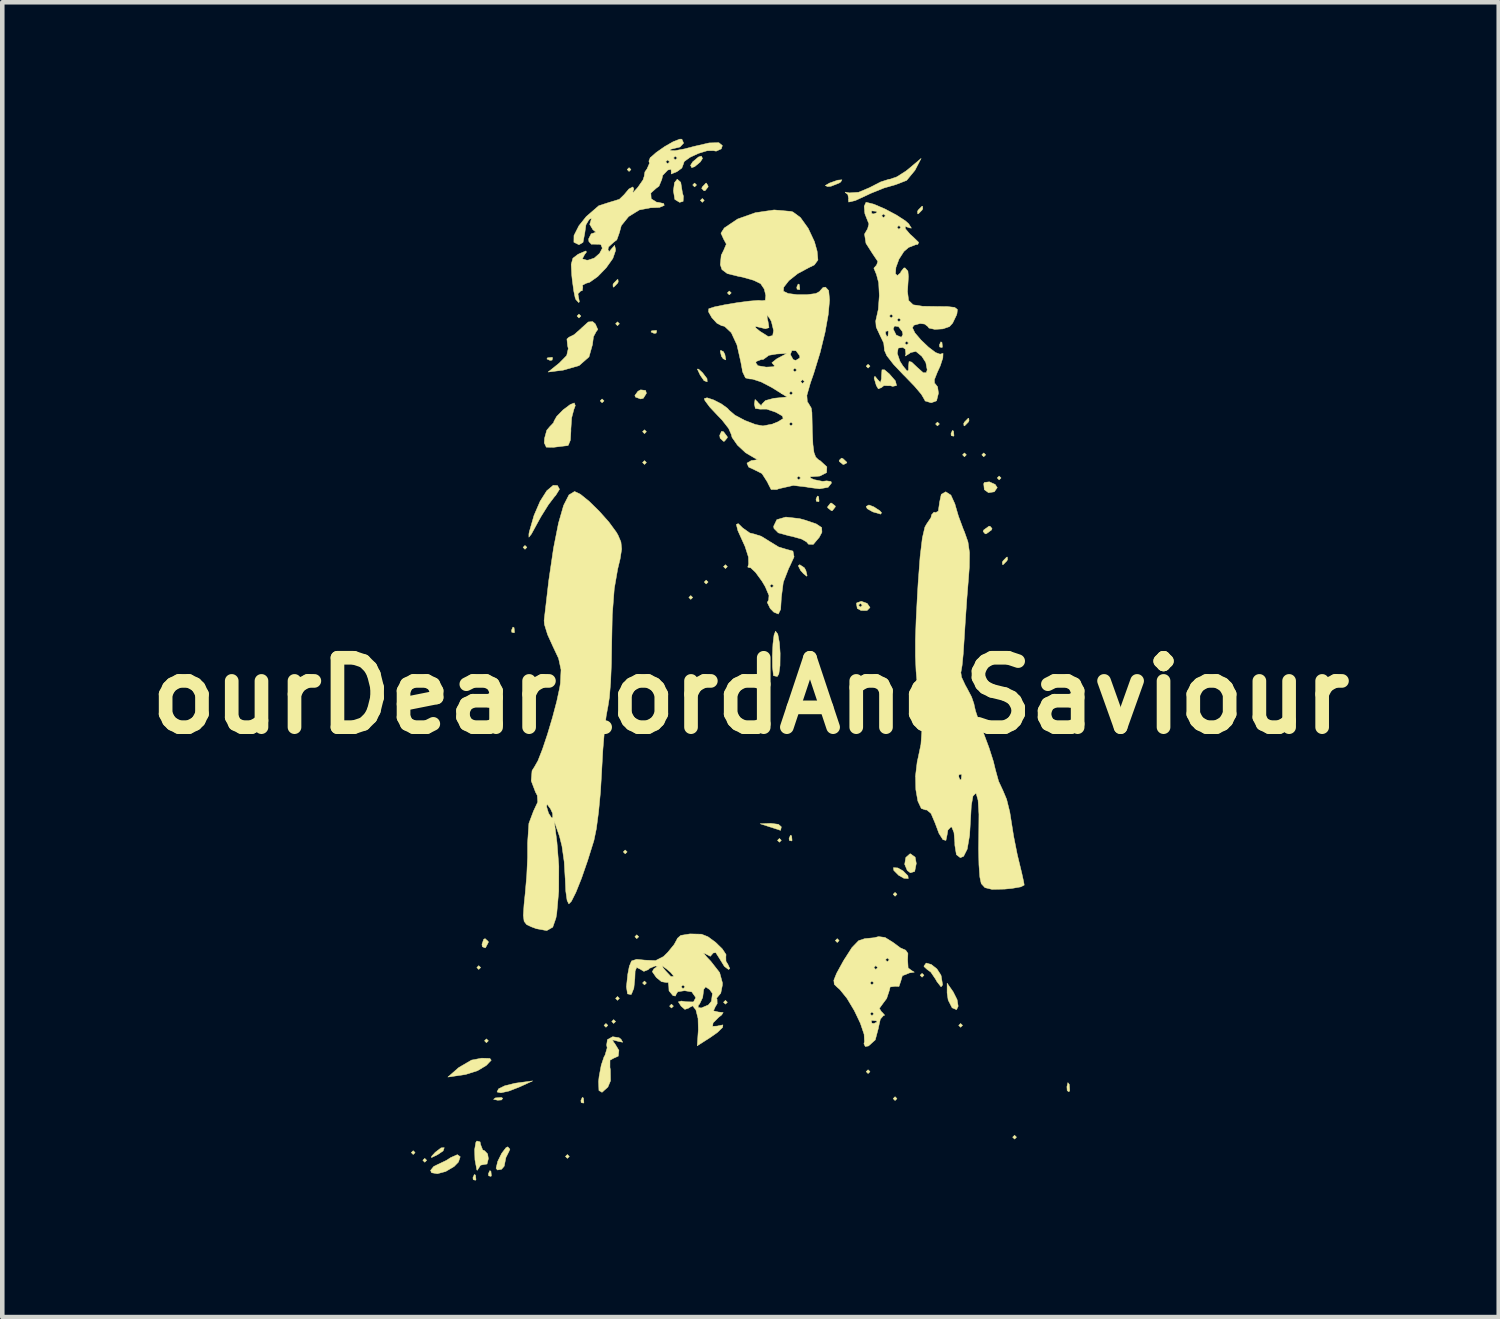
<source format=kicad_pcb>
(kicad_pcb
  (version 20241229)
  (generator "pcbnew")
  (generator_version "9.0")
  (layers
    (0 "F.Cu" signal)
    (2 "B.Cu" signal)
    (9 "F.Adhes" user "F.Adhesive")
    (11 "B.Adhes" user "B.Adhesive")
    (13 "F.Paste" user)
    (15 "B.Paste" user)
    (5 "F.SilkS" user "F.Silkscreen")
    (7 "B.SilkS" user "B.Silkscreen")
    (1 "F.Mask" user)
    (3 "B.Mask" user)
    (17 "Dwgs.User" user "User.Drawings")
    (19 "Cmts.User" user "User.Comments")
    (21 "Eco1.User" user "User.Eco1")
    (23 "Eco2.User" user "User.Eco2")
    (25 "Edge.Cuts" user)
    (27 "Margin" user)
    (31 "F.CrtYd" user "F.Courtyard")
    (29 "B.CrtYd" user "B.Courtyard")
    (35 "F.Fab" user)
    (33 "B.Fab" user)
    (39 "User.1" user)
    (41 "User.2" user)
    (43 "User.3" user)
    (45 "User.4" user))
  (footprint "ourDearLordAndSaviour"
    (layer "F.Cu")
    (at 13.433 12.231)
    (property "Reference" "ourDearLordAndSaviour" (at 0 0 0) (layer "F.SilkS") (effects (font (size 1.524 1.524) (thickness 0.3))))
    (attr through_hole)
    (fp_poly (pts (xy -7.366 10.033) (xy -7.408 10.075) (xy -7.451 10.033) (xy -7.408 9.991) (xy -7.366 10.033)) (stroke (width 0.01) (type solid)) (fill yes) (layer "F.SilkS"))
    (fp_poly (pts (xy -7.112 10.202) (xy -7.154 10.245) (xy -7.197 10.202) (xy -7.154 10.16) (xy -7.112 10.202)) (stroke (width 0.01) (type solid)) (fill yes) (layer "F.SilkS"))
    (fp_poly (pts (xy -5.927 5.969) (xy -5.969 6.011) (xy -6.011 5.969) (xy -5.969 5.927) (xy -5.927 5.969)) (stroke (width 0.01) (type solid)) (fill yes) (layer "F.SilkS"))
    (fp_poly (pts (xy -5.757 7.578) (xy -5.8 7.62) (xy -5.842 7.578) (xy -5.8 7.535) (xy -5.757 7.578)) (stroke (width 0.01) (type solid)) (fill yes) (layer "F.SilkS"))
    (fp_poly (pts (xy -4.911 -3.26) (xy -4.953 -3.217) (xy -4.995 -3.26) (xy -4.953 -3.302) (xy -4.911 -3.26)) (stroke (width 0.01) (type solid)) (fill yes) (layer "F.SilkS"))
    (fp_poly (pts (xy -3.979 10.118) (xy -4.022 10.16) (xy -4.064 10.118) (xy -4.022 10.075) (xy -3.979 10.118)) (stroke (width 0.01) (type solid)) (fill yes) (layer "F.SilkS"))
    (fp_poly (pts (xy -3.725 -8.34) (xy -3.768 -8.297) (xy -3.81 -8.34) (xy -3.768 -8.382) (xy -3.725 -8.34)) (stroke (width 0.01) (type solid)) (fill yes) (layer "F.SilkS"))
    (fp_poly (pts (xy -3.217 -6.477) (xy -3.26 -6.435) (xy -3.302 -6.477) (xy -3.26 -6.519) (xy -3.217 -6.477)) (stroke (width 0.01) (type solid)) (fill yes) (layer "F.SilkS"))
    (fp_poly (pts (xy -3.133 7.239) (xy -3.175 7.281) (xy -3.217 7.239) (xy -3.175 7.197) (xy -3.133 7.239)) (stroke (width 0.01) (type solid)) (fill yes) (layer "F.SilkS"))
    (fp_poly (pts (xy -2.963 7.154) (xy -3.006 7.197) (xy -3.048 7.154) (xy -3.006 7.112) (xy -2.963 7.154)) (stroke (width 0.01) (type solid)) (fill yes) (layer "F.SilkS"))
    (fp_poly (pts (xy -2.879 -8.17) (xy -2.921 -8.128) (xy -2.963 -8.17) (xy -2.921 -8.213) (xy -2.879 -8.17)) (stroke (width 0.01) (type solid)) (fill yes) (layer "F.SilkS"))
    (fp_poly (pts (xy -2.879 6.646) (xy -2.921 6.689) (xy -2.963 6.646) (xy -2.921 6.604) (xy -2.879 6.646)) (stroke (width 0.01) (type solid)) (fill yes) (layer "F.SilkS"))
    (fp_poly (pts (xy -2.709 3.429) (xy -2.752 3.471) (xy -2.794 3.429) (xy -2.752 3.387) (xy -2.709 3.429)) (stroke (width 0.01) (type solid)) (fill yes) (layer "F.SilkS"))
    (fp_poly (pts (xy -2.625 -11.557) (xy -2.667 -11.515) (xy -2.709 -11.557) (xy -2.667 -11.599) (xy -2.625 -11.557)) (stroke (width 0.01) (type solid)) (fill yes) (layer "F.SilkS"))
    (fp_poly (pts (xy -2.455 5.292) (xy -2.498 5.334) (xy -2.54 5.292) (xy -2.498 5.249) (xy -2.455 5.292)) (stroke (width 0.01) (type solid)) (fill yes) (layer "F.SilkS"))
    (fp_poly (pts (xy -2.286 -5.8) (xy -2.328 -5.757) (xy -2.371 -5.8) (xy -2.328 -5.842) (xy -2.286 -5.8)) (stroke (width 0.01) (type solid)) (fill yes) (layer "F.SilkS"))
    (fp_poly (pts (xy -2.286 -5.122) (xy -2.328 -5.08) (xy -2.371 -5.122) (xy -2.328 -5.165) (xy -2.286 -5.122)) (stroke (width 0.01) (type solid)) (fill yes) (layer "F.SilkS"))
    (fp_poly (pts (xy -2.286 6.308) (xy -2.328 6.35) (xy -2.371 6.308) (xy -2.328 6.265) (xy -2.286 6.308)) (stroke (width 0.01) (type solid)) (fill yes) (layer "F.SilkS"))
    (fp_poly (pts (xy -1.693 6.816) (xy -1.736 6.858) (xy -1.778 6.816) (xy -1.736 6.773) (xy -1.693 6.816)) (stroke (width 0.01) (type solid)) (fill yes) (layer "F.SilkS"))
    (fp_poly (pts (xy -1.27 -2.159) (xy -1.312 -2.117) (xy -1.355 -2.159) (xy -1.312 -2.201) (xy -1.27 -2.159)) (stroke (width 0.01) (type solid)) (fill yes) (layer "F.SilkS"))
    (fp_poly (pts (xy -1.185 -11.218) (xy -1.228 -11.176) (xy -1.27 -11.218) (xy -1.228 -11.261) (xy -1.185 -11.218)) (stroke (width 0.01) (type solid)) (fill yes) (layer "F.SilkS"))
    (fp_poly (pts (xy -1.016 -10.88) (xy -1.058 -10.837) (xy -1.101 -10.88) (xy -1.058 -10.922) (xy -1.016 -10.88)) (stroke (width 0.01) (type solid)) (fill yes) (layer "F.SilkS"))
    (fp_poly (pts (xy -0.931 -2.498) (xy -0.974 -2.455) (xy -1.016 -2.498) (xy -0.974 -2.54) (xy -0.931 -2.498)) (stroke (width 0.01) (type solid)) (fill yes) (layer "F.SilkS"))
    (fp_poly (pts (xy -0.508 -2.836) (xy -0.55 -2.794) (xy -0.593 -2.836) (xy -0.55 -2.879) (xy -0.508 -2.836)) (stroke (width 0.01) (type solid)) (fill yes) (layer "F.SilkS"))
    (fp_poly (pts (xy -0.508 6.731) (xy -0.55 6.773) (xy -0.593 6.731) (xy -0.55 6.689) (xy -0.508 6.731)) (stroke (width 0.01) (type solid)) (fill yes) (layer "F.SilkS"))
    (fp_poly (pts (xy -0.423 -8.848) (xy -0.466 -8.805) (xy -0.508 -8.848) (xy -0.466 -8.89) (xy -0.423 -8.848)) (stroke (width 0.01) (type solid)) (fill yes) (layer "F.SilkS"))
    (fp_poly (pts (xy 0.423 -0.212) (xy 0.381 -0.169) (xy 0.339 -0.212) (xy 0.381 -0.254) (xy 0.423 -0.212)) (stroke (width 0.01) (type solid)) (fill yes) (layer "F.SilkS"))
    (fp_poly (pts (xy 0.677 3.175) (xy 0.635 3.217) (xy 0.593 3.175) (xy 0.635 3.133) (xy 0.677 3.175)) (stroke (width 0.01) (type solid)) (fill yes) (layer "F.SilkS"))
    (fp_poly (pts (xy 1.947 5.376) (xy 1.905 5.419) (xy 1.863 5.376) (xy 1.905 5.334) (xy 1.947 5.376)) (stroke (width 0.01) (type solid)) (fill yes) (layer "F.SilkS"))
    (fp_poly (pts (xy 2.625 -7.239) (xy 2.582 -7.197) (xy 2.54 -7.239) (xy 2.582 -7.281) (xy 2.625 -7.239)) (stroke (width 0.01) (type solid)) (fill yes) (layer "F.SilkS"))
    (fp_poly (pts (xy 2.625 8.255) (xy 2.582 8.297) (xy 2.54 8.255) (xy 2.582 8.213) (xy 2.625 8.255)) (stroke (width 0.01) (type solid)) (fill yes) (layer "F.SilkS"))
    (fp_poly (pts (xy 3.217 4.36) (xy 3.175 4.403) (xy 3.133 4.36) (xy 3.175 4.318) (xy 3.217 4.36)) (stroke (width 0.01) (type solid)) (fill yes) (layer "F.SilkS"))
    (fp_poly (pts (xy 3.217 8.848) (xy 3.175 8.89) (xy 3.133 8.848) (xy 3.175 8.805) (xy 3.217 8.848)) (stroke (width 0.01) (type solid)) (fill yes) (layer "F.SilkS"))
    (fp_poly (pts (xy 3.81 6.138) (xy 3.768 6.181) (xy 3.725 6.138) (xy 3.768 6.096) (xy 3.81 6.138)) (stroke (width 0.01) (type solid)) (fill yes) (layer "F.SilkS"))
    (fp_poly (pts (xy 4.149 -5.969) (xy 4.106 -5.927) (xy 4.064 -5.969) (xy 4.106 -6.011) (xy 4.149 -5.969)) (stroke (width 0.01) (type solid)) (fill yes) (layer "F.SilkS"))
    (fp_poly (pts (xy 4.657 7.239) (xy 4.614 7.281) (xy 4.572 7.239) (xy 4.614 7.197) (xy 4.657 7.239)) (stroke (width 0.01) (type solid)) (fill yes) (layer "F.SilkS"))
    (fp_poly (pts (xy 4.741 -5.292) (xy 4.699 -5.249) (xy 4.657 -5.292) (xy 4.699 -5.334) (xy 4.741 -5.292)) (stroke (width 0.01) (type solid)) (fill yes) (layer "F.SilkS"))
    (fp_poly (pts (xy 5.165 -5.292) (xy 5.122 -5.249) (xy 5.08 -5.292) (xy 5.122 -5.334) (xy 5.165 -5.292)) (stroke (width 0.01) (type solid)) (fill yes) (layer "F.SilkS"))
    (fp_poly (pts (xy 5.503 -4.784) (xy 5.461 -4.741) (xy 5.419 -4.784) (xy 5.461 -4.826) (xy 5.503 -4.784)) (stroke (width 0.01) (type solid)) (fill yes) (layer "F.SilkS"))
    (fp_poly (pts (xy 5.842 9.694) (xy 5.8 9.737) (xy 5.757 9.694) (xy 5.8 9.652) (xy 5.842 9.694)) (stroke (width 0.01) (type solid)) (fill yes) (layer "F.SilkS"))
    (fp_poly (pts (xy -6.04 10.527) (xy -6.029 10.627) (xy -6.04 10.64) (xy -6.09 10.628) (xy -6.096 10.583) (xy -6.065 10.514) (xy -6.04 10.527)) (stroke (width 0.01) (type solid)) (fill yes) (layer "F.SilkS"))
    (fp_poly (pts (xy -5.701 10.442) (xy -5.691 10.543) (xy -5.701 10.555) (xy -5.751 10.543) (xy -5.757 10.499) (xy -5.726 10.429) (xy -5.701 10.442)) (stroke (width 0.01) (type solid)) (fill yes) (layer "F.SilkS"))
    (fp_poly (pts (xy -5.442 8.839) (xy -5.467 8.877) (xy -5.553 8.883) (xy -5.643 8.863) (xy -5.604 8.832) (xy -5.472 8.822) (xy -5.442 8.839)) (stroke (width 0.01) (type solid)) (fill yes) (layer "F.SilkS"))
    (fp_poly (pts (xy -5.193 -1.496) (xy -5.183 -1.395) (xy -5.193 -1.383) (xy -5.243 -1.395) (xy -5.249 -1.439) (xy -5.218 -1.509) (xy -5.193 -1.496)) (stroke (width 0.01) (type solid)) (fill yes) (layer "F.SilkS"))
    (fp_poly (pts (xy -4.346 -7.422) (xy -4.358 -7.372) (xy -4.403 -7.366) (xy -4.472 -7.397) (xy -4.459 -7.422) (xy -4.359 -7.433) (xy -4.346 -7.422)) (stroke (width 0.01) (type solid)) (fill yes) (layer "F.SilkS"))
    (fp_poly (pts (xy -3.669 8.834) (xy -3.659 8.934) (xy -3.669 8.946) (xy -3.719 8.935) (xy -3.725 8.89) (xy -3.694 8.82) (xy -3.669 8.834)) (stroke (width 0.01) (type solid)) (fill yes) (layer "F.SilkS"))
    (fp_poly (pts (xy -2.06 -8.015) (xy -2.072 -7.965) (xy -2.117 -7.959) (xy -2.186 -7.99) (xy -2.173 -8.015) (xy -2.073 -8.025) (xy -2.06 -8.015)) (stroke (width 0.01) (type solid)) (fill yes) (layer "F.SilkS"))
    (fp_poly (pts (xy 0.903 3.076) (xy 0.913 3.177) (xy 0.903 3.189) (xy 0.853 3.177) (xy 0.847 3.133) (xy 0.878 3.063) (xy 0.903 3.076)) (stroke (width 0.01) (type solid)) (fill yes) (layer "F.SilkS"))
    (fp_poly (pts (xy 1.072 -9.031) (xy 1.083 -8.931) (xy 1.072 -8.918) (xy 1.022 -8.93) (xy 1.016 -8.975) (xy 1.047 -9.044) (xy 1.072 -9.031)) (stroke (width 0.01) (type solid)) (fill yes) (layer "F.SilkS"))
    (fp_poly (pts (xy 1.496 -4.374) (xy 1.506 -4.274) (xy 1.496 -4.262) (xy 1.445 -4.273) (xy 1.439 -4.318) (xy 1.47 -4.388) (xy 1.496 -4.374)) (stroke (width 0.01) (type solid)) (fill yes) (layer "F.SilkS"))
    (fp_poly (pts (xy 4.205 -7.761) (xy 4.215 -7.661) (xy 4.205 -7.648) (xy 4.155 -7.66) (xy 4.149 -7.705) (xy 4.18 -7.774) (xy 4.205 -7.761)) (stroke (width 0.01) (type solid)) (fill yes) (layer "F.SilkS"))
    (fp_poly (pts (xy 4.459 -5.814) (xy 4.469 -5.713) (xy 4.459 -5.701) (xy 4.409 -5.713) (xy 4.403 -5.757) (xy 4.434 -5.827) (xy 4.459 -5.814)) (stroke (width 0.01) (type solid)) (fill yes) (layer "F.SilkS"))
    (fp_poly (pts (xy 7.001 8.535) (xy 7.011 8.668) (xy 6.994 8.698) (xy 6.955 8.672) (xy 6.949 8.587) (xy 6.97 8.496) (xy 7.001 8.535)) (stroke (width 0.01) (type solid)) (fill yes) (layer "F.SilkS"))
    (fp_poly (pts (xy -6.751 9.996) (xy -6.872 10.078) (xy -7.007 10.143) (xy -7.005 10.115) (xy -6.924 10.027) (xy -6.796 9.929) (xy -6.726 9.925) (xy -6.751 9.996)) (stroke (width 0.01) (type solid)) (fill yes) (layer "F.SilkS"))
    (fp_poly (pts (xy -1.14 -7.174) (xy -1.052 -7.093) (xy -0.955 -6.965) (xy -0.951 -6.895) (xy -1.021 -6.921) (xy -1.104 -7.041) (xy -1.168 -7.176) (xy -1.14 -7.174)) (stroke (width 0.01) (type solid)) (fill yes) (layer "F.SilkS"))
    (fp_poly (pts (xy -0.595 -7.558) (xy -0.563 -7.497) (xy -0.542 -7.377) (xy -0.599 -7.401) (xy -0.638 -7.456) (xy -0.665 -7.567) (xy -0.654 -7.587) (xy -0.595 -7.558)) (stroke (width 0.01) (type solid)) (fill yes) (layer "F.SilkS"))
    (fp_poly (pts (xy -5.759 5.398) (xy -5.757 5.414) (xy -5.818 5.53) (xy -5.828 5.537) (xy -5.89 5.511) (xy -5.898 5.457) (xy -5.859 5.347) (xy -5.828 5.334) (xy -5.759 5.398)) (stroke (width 0.01) (type solid)) (fill yes) (layer "F.SilkS"))
    (fp_poly (pts (xy -2.905 -9.089) (xy -2.921 -9.059) (xy -3.001 -8.978) (xy -3.016 -8.975) (xy -3.021 -9.029) (xy -3.006 -9.059) (xy -2.926 -9.14) (xy -2.911 -9.144) (xy -2.905 -9.089)) (stroke (width 0.01) (type solid)) (fill yes) (layer "F.SilkS"))
    (fp_poly (pts (xy -2.304 -6.706) (xy -2.286 -6.644) (xy -2.354 -6.534) (xy -2.413 -6.519) (xy -2.526 -6.56) (xy -2.54 -6.595) (xy -2.473 -6.687) (xy -2.413 -6.719) (xy -2.304 -6.706)) (stroke (width 0.01) (type solid)) (fill yes) (layer "F.SilkS"))
    (fp_poly (pts (xy -1.054 -11.802) (xy -1.101 -11.726) (xy -1.228 -11.62) (xy -1.291 -11.599) (xy -1.317 -11.65) (xy -1.27 -11.726) (xy -1.143 -11.833) (xy -1.08 -11.853) (xy -1.054 -11.802)) (stroke (width 0.01) (type solid)) (fill yes) (layer "F.SilkS"))
    (fp_poly (pts (xy -0.932 -11.195) (xy -0.931 -11.176) (xy -0.996 -11.095) (xy -1.021 -11.091) (xy -1.072 -11.143) (xy -1.058 -11.176) (xy -0.982 -11.257) (xy -0.969 -11.261) (xy -0.932 -11.195)) (stroke (width 0.01) (type solid)) (fill yes) (layer "F.SilkS"))
    (fp_poly (pts (xy -0.593 -5.8) (xy -0.511 -5.691) (xy -0.508 -5.668) (xy -0.573 -5.59) (xy -0.593 -5.588) (xy -0.667 -5.657) (xy -0.677 -5.72) (xy -0.636 -5.808) (xy -0.593 -5.8)) (stroke (width 0.01) (type solid)) (fill yes) (layer "F.SilkS"))
    (fp_poly (pts (xy 0.613 2.823) (xy 0.677 2.879) (xy 0.661 2.954) (xy 0.656 2.955) (xy 0.569 2.926) (xy 0.423 2.879) (xy 0.212 2.811) (xy 0.445 2.802) (xy 0.613 2.823)) (stroke (width 0.01) (type solid)) (fill yes) (layer "F.SilkS"))
    (fp_poly (pts (xy 1.183 -2.811) (xy 1.216 -2.752) (xy 1.243 -2.641) (xy 1.235 -2.625) (xy 1.165 -2.681) (xy 1.101 -2.752) (xy 1.049 -2.855) (xy 1.081 -2.879) (xy 1.183 -2.811)) (stroke (width 0.01) (type solid)) (fill yes) (layer "F.SilkS"))
    (fp_poly (pts (xy 1.86 -4.169) (xy 1.863 -4.149) (xy 1.798 -4.066) (xy 1.778 -4.064) (xy 1.696 -4.128) (xy 1.693 -4.149) (xy 1.758 -4.231) (xy 1.778 -4.233) (xy 1.86 -4.169)) (stroke (width 0.01) (type solid)) (fill yes) (layer "F.SilkS"))
    (fp_poly (pts (xy 1.982 -11.285) (xy 1.947 -11.261) (xy 1.767 -11.19) (xy 1.693 -11.183) (xy 1.643 -11.207) (xy 1.736 -11.261) (xy 1.915 -11.324) (xy 2.008 -11.332) (xy 1.982 -11.285)) (stroke (width 0.01) (type solid)) (fill yes) (layer "F.SilkS"))
    (fp_poly (pts (xy 2.032 -5.207) (xy 2.113 -5.131) (xy 2.117 -5.117) (xy 2.051 -5.081) (xy 2.032 -5.08) (xy 1.951 -5.145) (xy 1.947 -5.17) (xy 1.999 -5.22) (xy 2.032 -5.207)) (stroke (width 0.01) (type solid)) (fill yes) (layer "F.SilkS"))
    (fp_poly (pts (xy 3.235 3.781) (xy 3.35 3.846) (xy 3.457 3.954) (xy 3.465 4.014) (xy 3.369 4.008) (xy 3.254 3.943) (xy 3.147 3.835) (xy 3.139 3.775) (xy 3.235 3.781)) (stroke (width 0.01) (type solid)) (fill yes) (layer "F.SilkS"))
    (fp_poly (pts (xy 3.783 -10.698) (xy 3.768 -10.668) (xy 3.688 -10.587) (xy 3.673 -10.583) (xy 3.667 -10.638) (xy 3.683 -10.668) (xy 3.763 -10.749) (xy 3.778 -10.753) (xy 3.783 -10.698)) (stroke (width 0.01) (type solid)) (fill yes) (layer "F.SilkS"))
    (fp_poly (pts (xy 4.799 -6.041) (xy 4.784 -6.011) (xy 4.704 -5.93) (xy 4.689 -5.927) (xy 4.683 -5.981) (xy 4.699 -6.011) (xy 4.779 -6.092) (xy 4.794 -6.096) (xy 4.799 -6.041)) (stroke (width 0.01) (type solid)) (fill yes) (layer "F.SilkS"))
    (fp_poly (pts (xy 5.305 -3.673) (xy 5.292 -3.641) (xy 5.18 -3.559) (xy 5.155 -3.556) (xy 5.109 -3.608) (xy 5.122 -3.641) (xy 5.234 -3.722) (xy 5.259 -3.725) (xy 5.305 -3.673)) (stroke (width 0.01) (type solid)) (fill yes) (layer "F.SilkS"))
    (fp_poly (pts (xy 5.373 -4.642) (xy 5.419 -4.572) (xy 5.355 -4.48) (xy 5.228 -4.46) (xy 5.135 -4.527) (xy 5.122 -4.656) (xy 5.136 -4.685) (xy 5.245 -4.699) (xy 5.373 -4.642)) (stroke (width 0.01) (type solid)) (fill yes) (layer "F.SilkS"))
    (fp_poly (pts (xy 5.646 -2.993) (xy 5.63 -2.963) (xy 5.551 -2.882) (xy 5.536 -2.879) (xy 5.53 -2.933) (xy 5.546 -2.963) (xy 5.625 -3.044) (xy 5.64 -3.048) (xy 5.646 -2.993)) (stroke (width 0.01) (type solid)) (fill yes) (layer "F.SilkS"))
    (fp_poly (pts (xy -5.069 8.589) (xy -5.305 8.681) (xy -5.482 8.72) (xy -5.567 8.702) (xy -5.534 8.633) (xy -5.398 8.566) (xy -5.172 8.51) (xy -5.115 8.502) (xy -4.784 8.458) (xy -5.069 8.589)) (stroke (width 0.01) (type solid)) (fill yes) (layer "F.SilkS"))
    (fp_poly (pts (xy 2.709 -4.149) (xy 2.842 -4.062) (xy 2.879 -4.019) (xy 2.857 -3.989) (xy 2.769 -4.016) (xy 2.688 -4.038) (xy 2.563 -4.109) (xy 2.54 -4.158) (xy 2.6 -4.191) (xy 2.709 -4.149)) (stroke (width 0.01) (type solid)) (fill yes) (layer "F.SilkS"))
    (fp_poly (pts (xy 3.616 3.545) (xy 3.641 3.683) (xy 3.606 3.858) (xy 3.512 3.888) (xy 3.443 3.838) (xy 3.386 3.701) (xy 3.411 3.551) (xy 3.501 3.472) (xy 3.514 3.471) (xy 3.616 3.545)) (stroke (width 0.01) (type solid)) (fill yes) (layer "F.SilkS"))
    (fp_poly (pts (xy 4.451 6.502) (xy 4.537 6.673) (xy 4.561 6.818) (xy 4.525 6.894) (xy 4.434 6.856) (xy 4.424 6.846) (xy 4.341 6.682) (xy 4.318 6.526) (xy 4.318 6.312) (xy 4.451 6.502)) (stroke (width 0.01) (type solid)) (fill yes) (layer "F.SilkS"))
    (fp_poly (pts (xy -5.724 7.965) (xy -5.694 8.004) (xy -5.793 8.109) (xy -5.802 8.118) (xy -5.995 8.234) (xy -6.257 8.317) (xy -6.308 8.325) (xy -6.646 8.374) (xy -6.409 8.166) (xy -6.127 8.001) (xy -5.903 7.959) (xy -5.724 7.965)) (stroke (width 0.01) (type solid)) (fill yes) (layer "F.SilkS"))
    (fp_poly (pts (xy -1.532 -11.277) (xy -1.524 -11.225) (xy -1.494 -11.039) (xy -1.473 -10.971) (xy -1.48 -10.858) (xy -1.557 -10.837) (xy -1.662 -10.901) (xy -1.693 -11.091) (xy -1.669 -11.27) (xy -1.61 -11.345) (xy -1.609 -11.345) (xy -1.532 -11.277)) (stroke (width 0.01) (type solid)) (fill yes) (layer "F.SilkS"))
    (fp_poly (pts (xy -6.375 10.124) (xy -6.415 10.241) (xy -6.508 10.337) (xy -6.695 10.448) (xy -6.879 10.497) (xy -7.004 10.475) (xy -7.027 10.424) (xy -6.958 10.338) (xy -6.879 10.299) (xy -6.683 10.206) (xy -6.587 10.144) (xy -6.438 10.078) (xy -6.375 10.124)) (stroke (width 0.01) (type solid)) (fill yes) (layer "F.SilkS"))
    (fp_poly (pts (xy -5.284 9.959) (xy -5.307 10.012) (xy -5.372 10.141) (xy -5.405 10.308) (xy -5.408 10.329) (xy -5.467 10.399) (xy -5.558 10.415) (xy -5.588 10.377) (xy -5.551 10.224) (xy -5.465 10.05) (xy -5.371 9.926) (xy -5.331 9.906) (xy -5.284 9.959)) (stroke (width 0.01) (type solid)) (fill yes) (layer "F.SilkS"))
    (fp_poly (pts (xy 0.599 -1.354) (xy 0.636 -1.158) (xy 0.651 -0.932) (xy 0.648 -0.664) (xy 0.622 -0.48) (xy 0.588 -0.423) (xy 0.506 -0.441) (xy 0.504 -0.445) (xy 0.483 -0.637) (xy 0.481 -0.888) (xy 0.493 -1.14) (xy 0.517 -1.336) (xy 0.55 -1.419) (xy 0.599 -1.354)) (stroke (width 0.01) (type solid)) (fill yes) (layer "F.SilkS"))
    (fp_poly (pts (xy 3.97 5.901) (xy 4.094 5.999) (xy 4.181 6.133) (xy 4.188 6.156) (xy 4.219 6.35) (xy 4.185 6.393) (xy 4.095 6.278) (xy 4.064 6.223) (xy 3.96 6.069) (xy 3.88 6.011) (xy 3.811 5.948) (xy 3.81 5.935) (xy 3.858 5.87) (xy 3.97 5.901)) (stroke (width 0.01) (type solid)) (fill yes) (layer "F.SilkS"))
    (fp_poly (pts (xy -4.24 -4.618) (xy -4.195 -4.536) (xy -4.28 -4.399) (xy -4.305 -4.373) (xy -4.441 -4.193) (xy -4.603 -3.933) (xy -4.694 -3.768) (xy -4.812 -3.552) (xy -4.867 -3.483) (xy -4.867 -3.554) (xy -4.859 -3.598) (xy -4.755 -3.96) (xy -4.621 -4.271) (xy -4.475 -4.502) (xy -4.334 -4.622) (xy -4.24 -4.618)) (stroke (width 0.01) (type solid)) (fill yes) (layer "F.SilkS"))
    (fp_poly (pts (xy 2.562 -2.029) (xy 2.625 -1.938) (xy 2.56 -1.873) (xy 2.43 -1.872) (xy 2.345 -1.917) (xy 2.333 -1.99) (xy 2.371 -1.99) (xy 2.413 -1.947) (xy 2.455 -1.99) (xy 2.413 -2.032) (xy 2.371 -1.99) (xy 2.333 -1.99) (xy 2.327 -2.027) (xy 2.333 -2.04) (xy 2.433 -2.075) (xy 2.562 -2.029)) (stroke (width 0.01) (type solid)) (fill yes) (layer "F.SilkS"))
    (fp_poly (pts (xy -5.939 9.798) (xy -5.927 9.859) (xy -5.882 9.975) (xy -5.842 9.991) (xy -5.774 10.062) (xy -5.757 10.165) (xy -5.787 10.284) (xy -5.835 10.291) (xy -5.929 10.309) (xy -5.955 10.35) (xy -6.001 10.422) (xy -6.01 10.414) (xy -6.052 10.191) (xy -6.059 9.967) (xy -6.032 9.809) (xy -6.01 9.778) (xy -5.939 9.798)) (stroke (width 0.01) (type solid)) (fill yes) (layer "F.SilkS"))
    (fp_poly (pts (xy 1.077 -3.891) (xy 1.178 -3.864) (xy 1.441 -3.776) (xy 1.563 -3.695) (xy 1.569 -3.593) (xy 1.51 -3.48) (xy 1.378 -3.324) (xy 1.273 -3.329) (xy 1.232 -3.379) (xy 1.125 -3.441) (xy 0.917 -3.5) (xy 0.846 -3.514) (xy 0.611 -3.578) (xy 0.515 -3.675) (xy 0.508 -3.723) (xy 0.578 -3.868) (xy 0.775 -3.925) (xy 1.077 -3.891)) (stroke (width 0.01) (type solid)) (fill yes) (layer "F.SilkS"))
    (fp_poly (pts (xy 3.048 -7.07) (xy 3.182 -6.916) (xy 3.208 -6.814) (xy 3.123 -6.795) (xy 3.076 -6.809) (xy 2.928 -6.811) (xy 2.876 -6.769) (xy 2.807 -6.741) (xy 2.763 -6.815) (xy 2.714 -6.979) (xy 2.732 -7.018) (xy 2.794 -6.943) (xy 2.855 -6.879) (xy 2.876 -6.965) (xy 2.877 -7.019) (xy 2.887 -7.159) (xy 2.943 -7.159) (xy 3.048 -7.07)) (stroke (width 0.01) (type solid)) (fill yes) (layer "F.SilkS"))
    (fp_poly (pts (xy -3.848 -6.373) (xy -3.88 -6.287) (xy -3.928 -6.105) (xy -3.945 -5.855) (xy -3.944 -5.821) (xy -3.956 -5.614) (xy -4.003 -5.5) (xy -4.019 -5.494) (xy -4.165 -5.477) (xy -4.327 -5.457) (xy -4.485 -5.46) (xy -4.529 -5.554) (xy -4.523 -5.656) (xy -4.474 -5.833) (xy -4.408 -5.911) (xy -4.321 -6.002) (xy -4.318 -6.026) (xy -4.257 -6.135) (xy -4.117 -6.278) (xy -3.961 -6.395) (xy -3.871 -6.432) (xy -3.848 -6.373)) (stroke (width 0.01) (type solid)) (fill yes) (layer "F.SilkS"))
    (fp_poly (pts (xy -3.409 -8.168) (xy -3.354 -8.045) (xy -3.388 -8) (xy -3.449 -7.886) (xy -3.471 -7.713) (xy -3.547 -7.443) (xy -3.764 -7.252) (xy -4.112 -7.152) (xy -4.116 -7.151) (xy -4.445 -7.11) (xy -4.201 -7.306) (xy -4.037 -7.473) (xy -4.002 -7.625) (xy -4.017 -7.688) (xy -4.032 -7.835) (xy -3.988 -7.874) (xy -3.875 -7.93) (xy -3.719 -8.067) (xy -3.708 -8.079) (xy -3.563 -8.21) (xy -3.467 -8.218) (xy -3.409 -8.168)) (stroke (width 0.01) (type solid)) (fill yes) (layer "F.SilkS"))
    (fp_poly (pts (xy 3.612 -11.541) (xy 3.429 -11.319) (xy 3.194 -11.228) (xy 2.931 -11.152) (xy 2.639 -11.034) (xy 2.581 -11.006) (xy 2.3 -10.876) (xy 2.156 -10.843) (xy 2.149 -10.906) (xy 2.155 -10.915) (xy 2.137 -11.012) (xy 2.096 -11.041) (xy 2.079 -11.062) (xy 2.173 -11.045) (xy 2.375 -11.059) (xy 2.62 -11.162) (xy 2.638 -11.172) (xy 2.858 -11.285) (xy 3.038 -11.343) (xy 3.063 -11.345) (xy 3.214 -11.397) (xy 3.416 -11.526) (xy 3.476 -11.574) (xy 3.747 -11.802) (xy 3.612 -11.541)) (stroke (width 0.01) (type solid)) (fill yes) (layer "F.SilkS"))
    (fp_poly (pts (xy -2.887 7.51) (xy -2.843 7.545) (xy -2.807 7.609) (xy -2.908 7.59) (xy -2.921 7.585) (xy -3.032 7.557) (xy -3.005 7.611) (xy -2.985 7.632) (xy -2.89 7.788) (xy -2.905 7.915) (xy -3.004 7.959) (xy -3.086 8.003) (xy -3.087 8.16) (xy -3.078 8.212) (xy -3.074 8.456) (xy -3.132 8.593) (xy -3.261 8.709) (xy -3.329 8.67) (xy -3.337 8.474) (xy -3.325 8.361) (xy -3.278 8.112) (xy -3.216 7.928) (xy -3.196 7.896) (xy -3.148 7.733) (xy -3.16 7.67) (xy -3.142 7.551) (xy -3.027 7.488) (xy -2.887 7.51)) (stroke (width 0.01) (type solid)) (fill yes) (layer "F.SilkS"))
    (fp_poly (pts (xy -0.171 -3.685) (xy -0.015 -3.575) (xy 0.074 -3.554) (xy 0.236 -3.503) (xy 0.423 -3.387) (xy 0.618 -3.268) (xy 0.778 -3.219) (xy 0.932 -3.178) (xy 0.957 -3.051) (xy 0.853 -2.825) (xy 0.842 -2.807) (xy 0.72 -2.493) (xy 0.677 -2.157) (xy 0.662 -1.898) (xy 0.611 -1.795) (xy 0.51 -1.838) (xy 0.433 -1.917) (xy 0.368 -2.05) (xy 0.398 -2.104) (xy 0.406 -2.203) (xy 0.324 -2.396) (xy 0.314 -2.413) (xy 0.423 -2.413) (xy 0.466 -2.371) (xy 0.508 -2.413) (xy 0.466 -2.455) (xy 0.423 -2.413) (xy 0.314 -2.413) (xy 0.252 -2.517) (xy 0.112 -2.709) (xy 0.003 -2.812) (xy -0.035 -2.816) (xy -0.06 -2.827) (xy -0.041 -2.894) (xy -0.046 -3.048) (xy -0.119 -3.277) (xy -0.169 -3.387) (xy -0.277 -3.626) (xy -0.311 -3.763) (xy -0.269 -3.781) (xy -0.171 -3.685)) (stroke (width 0.01) (type solid)) (fill yes) (layer "F.SilkS"))
    (fp_poly (pts (xy 2.955 5.308) (xy 3.129 5.416) (xy 3.294 5.538) (xy 3.409 5.588) (xy 3.457 5.658) (xy 3.451 5.796) (xy 3.462 5.978) (xy 3.547 6.04) (xy 3.598 6.07) (xy 3.493 6.086) (xy 3.335 6.149) (xy 3.302 6.263) (xy 3.261 6.384) (xy 3.175 6.381) (xy 3.067 6.395) (xy 3.048 6.474) (xy 2.991 6.647) (xy 2.915 6.749) (xy 2.83 6.866) (xy 2.88 6.945) (xy 2.894 6.954) (xy 2.947 7.015) (xy 2.918 7.026) (xy 2.852 7.101) (xy 2.811 7.282) (xy 2.809 7.299) (xy 2.74 7.558) (xy 2.592 7.691) (xy 2.521 7.703) (xy 2.491 7.643) (xy 2.503 7.594) (xy 2.495 7.435) (xy 2.412 7.19) (xy 2.388 7.14) (xy 2.653 7.14) (xy 2.665 7.191) (xy 2.709 7.197) (xy 2.779 7.166) (xy 2.766 7.14) (xy 2.665 7.13) (xy 2.653 7.14) (xy 2.388 7.14) (xy 2.314 6.985) (xy 2.625 6.985) (xy 2.667 7.027) (xy 2.709 6.985) (xy 2.667 6.943) (xy 2.625 6.985) (xy 2.314 6.985) (xy 2.278 6.911) (xy 2.12 6.647) (xy 1.962 6.451) (xy 1.911 6.407) (xy 1.84 6.338) (xy 1.837 6.308) (xy 2.625 6.308) (xy 2.667 6.35) (xy 2.709 6.308) (xy 2.667 6.265) (xy 2.625 6.308) (xy 1.837 6.308) (xy 1.83 6.248) (xy 1.89 6.097) (xy 1.96 5.969) (xy 2.709 5.969) (xy 2.752 6.011) (xy 2.794 5.969) (xy 2.752 5.927) (xy 2.709 5.969) (xy 1.96 5.969) (xy 2.029 5.844) (xy 2.044 5.818) (xy 2.055 5.8) (xy 2.963 5.8) (xy 3.006 5.842) (xy 3.048 5.8) (xy 3.006 5.757) (xy 2.963 5.8) (xy 2.055 5.8) (xy 2.227 5.531) (xy 2.375 5.378) (xy 2.509 5.334) (xy 2.715 5.314) (xy 2.813 5.289) (xy 2.955 5.308)) (stroke (width 0.01) (type solid)) (fill yes) (layer "F.SilkS"))
    (fp_poly (pts (xy -3.736 -4.426) (xy -3.542 -4.269) (xy -3.321 -4.052) (xy -3.11 -3.815) (xy -2.948 -3.594) (xy -2.911 -3.531) (xy -2.846 -3.379) (xy -2.83 -3.222) (xy -2.864 -3.004) (xy -2.917 -2.784) (xy -2.992 -2.352) (xy -3.036 -1.77) (xy -3.048 -1.157) (xy -3.055 -0.71) (xy -3.072 -0.299) (xy -3.099 0.033) (xy -3.132 0.243) (xy -3.135 0.255) (xy -3.171 0.452) (xy -3.208 0.775) (xy -3.242 1.18) (xy -3.267 1.623) (xy -3.268 1.651) (xy -3.295 2.111) (xy -3.337 2.551) (xy -3.386 2.922) (xy -3.438 3.174) (xy -3.438 3.175) (xy -3.577 3.62) (xy -3.712 4.01) (xy -3.835 4.317) (xy -3.933 4.513) (xy -3.99 4.572) (xy -4.028 4.495) (xy -4.057 4.292) (xy -4.07 4.006) (xy -4.071 4) (xy -4.092 3.644) (xy -4.141 3.3) (xy -4.194 3.09) (xy -4.311 2.752) (xy -4.251 3.217) (xy -4.21 3.74) (xy -4.212 4.287) (xy -4.255 4.776) (xy -4.273 4.881) (xy -4.343 5.082) (xy -4.475 5.157) (xy -4.701 5.116) (xy -4.816 5.073) (xy -4.917 5.025) (xy -4.972 4.954) (xy -4.989 4.823) (xy -4.974 4.59) (xy -4.948 4.338) (xy -4.914 3.945) (xy -4.896 3.547) (xy -4.896 3.234) (xy -4.867 2.802) (xy -4.766 2.533) (xy -4.717 2.428) (xy -4.481 2.428) (xy -4.435 2.579) (xy -4.372 2.677) (xy -4.342 2.677) (xy -4.347 2.582) (xy -4.392 2.483) (xy -4.467 2.383) (xy -4.481 2.428) (xy -4.717 2.428) (xy -4.673 2.335) (xy -4.683 2.189) (xy -4.722 2.116) (xy -4.816 1.868) (xy -4.798 1.645) (xy -4.744 1.56) (xy -4.669 1.428) (xy -4.569 1.174) (xy -4.458 0.842) (xy -4.349 0.477) (xy -4.255 0.122) (xy -4.19 -0.18) (xy -4.175 -0.278) (xy -4.161 -0.571) (xy -4.215 -0.821) (xy -4.338 -1.082) (xy -4.456 -1.341) (xy -4.525 -1.564) (xy -4.533 -1.651) (xy -4.431 -2.53) (xy -4.326 -3.243) (xy -4.217 -3.792) (xy -4.105 -4.181) (xy -3.987 -4.412) (xy -3.864 -4.487) (xy -3.736 -4.426)) (stroke (width 0.01) (type solid)) (fill yes) (layer "F.SilkS"))
    (fp_poly (pts (xy 4.401 -4.407) (xy 4.491 -4.209) (xy 4.495 -4.19) (xy 4.567 -3.945) (xy 4.673 -3.659) (xy 4.699 -3.598) (xy 4.776 -3.379) (xy 4.81 -3.141) (xy 4.806 -2.828) (xy 4.788 -2.582) (xy 4.752 -2.136) (xy 4.718 -1.64) (xy 4.693 -1.241) (xy 4.672 -0.92) (xy 4.647 -0.666) (xy 4.623 -0.527) (xy 4.619 -0.516) (xy 4.634 -0.41) (xy 4.719 -0.228) (xy 4.746 -0.182) (xy 4.855 0.025) (xy 4.909 0.182) (xy 4.911 0.199) (xy 4.941 0.331) (xy 5.02 0.565) (xy 5.12 0.824) (xy 5.239 1.143) (xy 5.335 1.444) (xy 5.378 1.622) (xy 5.449 1.878) (xy 5.546 2.086) (xy 5.625 2.274) (xy 5.694 2.552) (xy 5.721 2.721) (xy 5.779 3.086) (xy 5.858 3.483) (xy 5.895 3.637) (xy 5.959 3.901) (xy 6.001 4.093) (xy 6.011 4.158) (xy 5.935 4.197) (xy 5.74 4.231) (xy 5.58 4.246) (xy 5.305 4.252) (xy 5.149 4.214) (xy 5.068 4.126) (xy 5.037 3.983) (xy 5.017 3.713) (xy 5.009 3.359) (xy 5.013 3.076) (xy 5.017 2.603) (xy 4.998 2.295) (xy 4.958 2.152) (xy 4.945 2.143) (xy 4.886 2.201) (xy 4.849 2.414) (xy 4.839 2.601) (xy 4.812 3.062) (xy 4.76 3.367) (xy 4.68 3.526) (xy 4.608 3.556) (xy 4.522 3.49) (xy 4.488 3.283) (xy 4.487 3.217) (xy 4.469 3.005) (xy 4.422 2.887) (xy 4.403 2.879) (xy 4.335 2.95) (xy 4.318 3.053) (xy 4.292 3.177) (xy 4.226 3.16) (xy 4.139 3.022) (xy 4.055 2.797) (xy 3.965 2.585) (xy 3.871 2.506) (xy 3.852 2.509) (xy 3.751 2.475) (xy 3.675 2.312) (xy 3.631 2.061) (xy 3.625 1.778) (xy 4.572 1.778) (xy 4.603 1.848) (xy 4.628 1.834) (xy 4.639 1.734) (xy 4.628 1.722) (xy 4.578 1.733) (xy 4.572 1.778) (xy 3.625 1.778) (xy 3.624 1.76) (xy 3.661 1.45) (xy 3.683 1.354) (xy 3.743 1.067) (xy 3.763 0.782) (xy 3.742 0.434) (xy 3.712 0.173) (xy 3.666 -0.21) (xy 3.636 -0.545) (xy 3.622 -0.871) (xy 3.622 -1.23) (xy 3.637 -1.66) (xy 3.665 -2.202) (xy 3.682 -2.484) (xy 3.725 -3.058) (xy 3.774 -3.465) (xy 3.83 -3.705) (xy 3.866 -3.769) (xy 3.963 -3.912) (xy 3.979 -3.978) (xy 4.031 -4.034) (xy 4.064 -4.022) (xy 4.124 -4.055) (xy 4.149 -4.221) (xy 4.149 -4.235) (xy 4.19 -4.425) (xy 4.288 -4.48) (xy 4.401 -4.407)) (stroke (width 0.01) (type solid)) (fill yes) (layer "F.SilkS"))
    (fp_poly (pts (xy -1.076 5.236) (xy -0.935 5.292) (xy -0.767 5.415) (xy -0.619 5.56) (xy -0.537 5.684) (xy -0.541 5.734) (xy -0.539 5.831) (xy -0.497 5.898) (xy -0.454 5.993) (xy -0.484 6.011) (xy -0.574 5.943) (xy -0.675 5.779) (xy -0.763 5.641) (xy -0.821 5.649) (xy -0.824 5.655) (xy -0.882 5.722) (xy -1 5.661) (xy -1.003 5.659) (xy -1.034 5.648) (xy -0.961 5.737) (xy -0.872 5.831) (xy -0.678 6.079) (xy -0.616 6.308) (xy -0.618 6.356) (xy -0.653 6.532) (xy -0.713 6.604) (xy -0.747 6.644) (xy -0.735 6.66) (xy -0.732 6.762) (xy -0.773 6.829) (xy -0.814 6.92) (xy -0.709 6.945) (xy -0.6 6.957) (xy -0.634 7.01) (xy -0.699 7.061) (xy -0.822 7.184) (xy -0.833 7.26) (xy -0.729 7.254) (xy -0.72 7.251) (xy -0.606 7.228) (xy -0.613 7.283) (xy -0.726 7.393) (xy -0.885 7.505) (xy -1.17 7.687) (xy -1.146 7.336) (xy -1.152 7.087) (xy -1.199 6.9) (xy -1.242 6.845) (xy -1.152 6.845) (xy -1.082 6.857) (xy -0.925 6.79) (xy -0.859 6.71) (xy -0.836 6.538) (xy -0.898 6.452) (xy -0.985 6.393) (xy -1.028 6.449) (xy -1.05 6.625) (xy -1.119 6.771) (xy -1.143 6.793) (xy -1.152 6.845) (xy -1.242 6.845) (xy -1.27 6.809) (xy -1.35 6.851) (xy -1.355 6.858) (xy -1.442 6.888) (xy -1.524 6.816) (xy -1.585 6.722) (xy -1.519 6.704) (xy -1.417 6.72) (xy -1.253 6.724) (xy -1.207 6.639) (xy -1.208 6.619) (xy -1.29 6.503) (xy -1.448 6.477) (xy -1.598 6.5) (xy -1.631 6.551) (xy -1.65 6.595) (xy -1.703 6.585) (xy -1.79 6.48) (xy -1.794 6.396) (xy -1.794 6.392) (xy -1.524 6.392) (xy -1.482 6.435) (xy -1.439 6.392) (xy -1.482 6.35) (xy -1.524 6.392) (xy -1.794 6.392) (xy -1.806 6.296) (xy -1.846 6.297) (xy -1.955 6.279) (xy -2.068 6.187) (xy -2.157 6.059) (xy -2.118 5.992) (xy -2.101 5.984) (xy -2.044 5.944) (xy -2.091 5.933) (xy -2.225 5.989) (xy -2.246 6.015) (xy -2.342 6.053) (xy -2.421 6.005) (xy -2.5 5.966) (xy -2.534 6.047) (xy -2.54 6.208) (xy -2.562 6.422) (xy -2.615 6.554) (xy -2.625 6.562) (xy -2.701 6.547) (xy -2.725 6.391) (xy -2.695 6.114) (xy -2.663 5.949) (xy -2.655 5.927) (xy -1.942 5.927) (xy -1.921 5.971) (xy -1.873 6.032) (xy -1.75 6.164) (xy -1.695 6.164) (xy -1.693 6.149) (xy -1.751 6.078) (xy -1.841 6.001) (xy -1.942 5.927) (xy -2.655 5.927) (xy -2.613 5.824) (xy -2.5 5.788) (xy -2.321 5.806) (xy -2.085 5.816) (xy -1.911 5.727) (xy -1.815 5.632) (xy -1.677 5.463) (xy -1.61 5.34) (xy -1.609 5.33) (xy -1.532 5.263) (xy -1.329 5.23) (xy -1.076 5.236)) (stroke (width 0.01) (type solid)) (fill yes) (layer "F.SilkS"))
    (fp_poly (pts (xy -1.507 -12.224) (xy -1.469 -12.138) (xy -1.548 -12.053) (xy -1.67 -12.023) (xy -1.763 -12) (xy -1.759 -11.975) (xy -1.659 -11.972) (xy -1.448 -12.011) (xy -1.238 -12.066) (xy -0.908 -12.142) (xy -0.696 -12.148) (xy -0.618 -12.084) (xy -0.642 -12.011) (xy -0.755 -11.961) (xy -0.814 -11.972) (xy -0.951 -11.971) (xy -1.141 -11.913) (xy -1.329 -11.826) (xy -1.456 -11.734) (xy -1.476 -11.674) (xy -1.508 -11.59) (xy -1.617 -11.51) (xy -1.742 -11.46) (xy -1.741 -11.505) (xy -1.745 -11.563) (xy -1.816 -11.547) (xy -1.929 -11.429) (xy -1.947 -11.345) (xy -2.01 -11.192) (xy -2.074 -11.145) (xy -2.189 -11.041) (xy -2.181 -10.915) (xy -2.062 -10.84) (xy -2.027 -10.837) (xy -1.906 -10.811) (xy -1.895 -10.769) (xy -2.001 -10.725) (xy -2.193 -10.718) (xy -2.443 -10.67) (xy -2.677 -10.525) (xy -2.838 -10.326) (xy -2.879 -10.173) (xy -2.936 -10.014) (xy -3.006 -9.96) (xy -3.117 -9.859) (xy -3.131 -9.803) (xy -3.105 -9.752) (xy -3.048 -9.821) (xy -2.985 -9.892) (xy -2.965 -9.809) (xy -2.965 -9.774) (xy -3.023 -9.606) (xy -3.169 -9.4) (xy -3.355 -9.208) (xy -3.534 -9.081) (xy -3.613 -9.059) (xy -3.693 -9.016) (xy -3.683 -8.975) (xy -3.695 -8.897) (xy -3.729 -8.89) (xy -3.79 -8.829) (xy -3.779 -8.763) (xy -3.758 -8.653) (xy -3.773 -8.636) (xy -3.835 -8.702) (xy -3.851 -8.742) (xy -3.881 -8.887) (xy -3.914 -9.126) (xy -3.925 -9.23) (xy -3.938 -9.474) (xy -3.901 -9.609) (xy -3.792 -9.693) (xy -3.753 -9.712) (xy -3.615 -9.77) (xy -3.603 -9.744) (xy -3.645 -9.689) (xy -3.694 -9.595) (xy -3.6 -9.568) (xy -3.569 -9.567) (xy -3.431 -9.613) (xy -3.314 -9.716) (xy -3.254 -9.83) (xy -3.285 -9.907) (xy -3.32 -9.916) (xy -3.468 -9.919) (xy -3.493 -9.916) (xy -3.549 -9.975) (xy -3.556 -10.033) (xy -3.499 -10.146) (xy -3.45 -10.161) (xy -3.397 -10.184) (xy -3.461 -10.236) (xy -3.531 -10.355) (xy -3.511 -10.418) (xy -3.492 -10.485) (xy -3.543 -10.464) (xy -3.614 -10.344) (xy -3.641 -10.155) (xy -3.679 -9.957) (xy -3.768 -9.906) (xy -3.879 -9.961) (xy -3.877 -10.109) (xy -3.769 -10.322) (xy -3.608 -10.524) (xy -3.333 -10.762) (xy -3.101 -10.837) (xy -2.88 -10.904) (xy -2.774 -11.007) (xy -2.671 -11.13) (xy -2.585 -11.176) (xy -2.561 -11.131) (xy -2.585 -11.07) (xy -2.578 -11.053) (xy -2.49 -11.148) (xy -2.468 -11.175) (xy -2.361 -11.329) (xy -2.332 -11.418) (xy -2.333 -11.421) (xy -2.319 -11.506) (xy -2.273 -11.572) (xy -2.218 -11.696) (xy -2.227 -11.726) (xy -1.863 -11.726) (xy -1.82 -11.684) (xy -1.778 -11.726) (xy -1.82 -11.769) (xy -1.863 -11.726) (xy -2.227 -11.726) (xy -2.232 -11.743) (xy -2.205 -11.811) (xy -1.693 -11.811) (xy -1.651 -11.769) (xy -1.609 -11.811) (xy -1.651 -11.853) (xy -1.693 -11.811) (xy -2.205 -11.811) (xy -2.203 -11.815) (xy -2.072 -11.931) (xy -1.888 -12.06) (xy -1.698 -12.169) (xy -1.552 -12.226) (xy -1.507 -12.224)) (stroke (width 0.01) (type solid)) (fill yes) (layer "F.SilkS"))
    (fp_poly (pts (xy 2.712 -10.795) (xy 2.952 -10.692) (xy 3.205 -10.558) (xy 3.405 -10.428) (xy 3.473 -10.367) (xy 3.534 -10.271) (xy 3.493 -10.276) (xy 3.396 -10.311) (xy 3.403 -10.255) (xy 3.501 -10.139) (xy 3.577 -10.071) (xy 3.693 -9.958) (xy 3.674 -9.913) (xy 3.633 -9.909) (xy 3.473 -9.847) (xy 3.369 -9.758) (xy 3.261 -9.589) (xy 3.194 -9.407) (xy 3.184 -9.269) (xy 3.225 -9.229) (xy 3.3 -9.293) (xy 3.302 -9.313) (xy 3.367 -9.395) (xy 3.393 -9.398) (xy 3.457 -9.327) (xy 3.468 -9.207) (xy 3.448 -8.879) (xy 3.472 -8.683) (xy 3.572 -8.587) (xy 3.776 -8.555) (xy 4.027 -8.551) (xy 4.324 -8.548) (xy 4.484 -8.53) (xy 4.544 -8.484) (xy 4.535 -8.397) (xy 4.524 -8.361) (xy 4.439 -8.184) (xy 4.37 -8.108) (xy 4.224 -8.058) (xy 4.048 -8.047) (xy 3.919 -8.076) (xy 3.895 -8.11) (xy 3.824 -8.164) (xy 3.725 -8.176) (xy 3.588 -8.138) (xy 3.556 -8.084) (xy 3.61 -7.971) (xy 3.743 -7.815) (xy 3.91 -7.656) (xy 4.066 -7.538) (xy 4.167 -7.501) (xy 4.175 -7.506) (xy 4.229 -7.52) (xy 4.224 -7.42) (xy 4.168 -7.247) (xy 4.104 -7.108) (xy 4.038 -6.941) (xy 4.043 -6.86) (xy 4.051 -6.858) (xy 4.109 -6.785) (xy 4.128 -6.646) (xy 4.086 -6.478) (xy 3.969 -6.435) (xy 3.837 -6.474) (xy 3.81 -6.523) (xy 3.753 -6.621) (xy 3.603 -6.798) (xy 3.39 -7.019) (xy 3.356 -7.052) (xy 3.142 -7.278) (xy 2.993 -7.47) (xy 2.971 -7.521) (xy 3.223 -7.521) (xy 3.282 -7.347) (xy 3.347 -7.244) (xy 3.44 -7.131) (xy 3.469 -7.153) (xy 3.471 -7.242) (xy 3.482 -7.342) (xy 3.538 -7.329) (xy 3.662 -7.212) (xy 3.796 -7.093) (xy 3.86 -7.096) (xy 3.881 -7.157) (xy 3.85 -7.32) (xy 3.762 -7.457) (xy 3.632 -7.564) (xy 3.517 -7.538) (xy 3.485 -7.514) (xy 3.4 -7.462) (xy 3.412 -7.505) (xy 3.4 -7.613) (xy 3.344 -7.651) (xy 3.244 -7.637) (xy 3.223 -7.521) (xy 2.971 -7.521) (xy 2.939 -7.592) (xy 2.941 -7.602) (xy 2.926 -7.746) (xy 2.926 -7.747) (xy 3.387 -7.747) (xy 3.429 -7.705) (xy 3.471 -7.747) (xy 3.429 -7.789) (xy 3.387 -7.747) (xy 2.926 -7.747) (xy 2.845 -7.915) (xy 2.825 -7.959) (xy 2.963 -7.959) (xy 2.994 -7.889) (xy 3.02 -7.902) (xy 3.03 -8.003) (xy 3.02 -8.015) (xy 2.969 -8.003) (xy 2.963 -7.959) (xy 2.825 -7.959) (xy 2.779 -8.057) (xy 3.133 -8.057) (xy 3.2 -7.922) (xy 3.313 -7.874) (xy 3.348 -7.937) (xy 3.333 -8.001) (xy 3.251 -8.107) (xy 3.163 -8.122) (xy 3.133 -8.057) (xy 2.779 -8.057) (xy 2.76 -8.099) (xy 2.75 -8.229) (xy 2.755 -8.255) (xy 3.217 -8.255) (xy 3.26 -8.213) (xy 3.302 -8.255) (xy 3.26 -8.297) (xy 3.217 -8.255) (xy 2.755 -8.255) (xy 2.774 -8.34) (xy 3.048 -8.34) (xy 3.09 -8.297) (xy 3.133 -8.34) (xy 3.09 -8.382) (xy 3.048 -8.34) (xy 2.774 -8.34) (xy 2.807 -8.487) (xy 2.829 -8.791) (xy 2.815 -9.07) (xy 2.767 -9.251) (xy 2.709 -9.392) (xy 2.767 -9.457) (xy 2.768 -9.457) (xy 2.797 -9.538) (xy 2.684 -9.705) (xy 2.536 -9.937) (xy 2.504 -10.14) (xy 2.572 -10.256) (xy 2.58 -10.287) (xy 3.217 -10.287) (xy 3.26 -10.245) (xy 3.302 -10.287) (xy 3.26 -10.329) (xy 3.217 -10.287) (xy 2.58 -10.287) (xy 2.601 -10.363) (xy 2.576 -10.424) (xy 2.53 -10.541) (xy 2.879 -10.541) (xy 2.921 -10.499) (xy 2.963 -10.541) (xy 2.921 -10.583) (xy 2.879 -10.541) (xy 2.53 -10.541) (xy 2.512 -10.588) (xy 2.507 -10.64) (xy 2.653 -10.64) (xy 2.665 -10.589) (xy 2.709 -10.583) (xy 2.779 -10.614) (xy 2.766 -10.64) (xy 2.665 -10.65) (xy 2.653 -10.64) (xy 2.507 -10.64) (xy 2.497 -10.749) (xy 2.535 -10.835) (xy 2.547 -10.837) (xy 2.712 -10.795)) (stroke (width 0.01) (type solid)) (fill yes) (layer "F.SilkS"))
    (fp_poly (pts (xy 0.888 -10.638) (xy 0.931 -10.626) (xy 1.097 -10.503) (xy 1.266 -10.268) (xy 1.404 -9.974) (xy 1.463 -9.765) (xy 1.481 -9.571) (xy 1.403 -9.463) (xy 1.275 -9.4) (xy 1.038 -9.273) (xy 0.843 -9.118) (xy 0.729 -8.972) (xy 0.723 -8.885) (xy 0.827 -8.835) (xy 1.022 -8.81) (xy 1.245 -8.81) (xy 1.432 -8.834) (xy 1.523 -8.882) (xy 1.524 -8.89) (xy 1.592 -8.966) (xy 1.647 -8.975) (xy 1.717 -8.899) (xy 1.736 -8.691) (xy 1.708 -8.377) (xy 1.638 -7.985) (xy 1.53 -7.542) (xy 1.387 -7.075) (xy 1.314 -6.866) (xy 1.238 -6.598) (xy 1.248 -6.454) (xy 1.262 -6.44) (xy 1.334 -6.32) (xy 1.349 -6.22) (xy 1.358 -5.801) (xy 1.371 -5.519) (xy 1.394 -5.344) (xy 1.432 -5.242) (xy 1.492 -5.184) (xy 1.532 -5.161) (xy 1.677 -5.028) (xy 1.671 -4.901) (xy 1.524 -4.826) (xy 1.46 -4.82) (xy 1.311 -4.81) (xy 1.319 -4.781) (xy 1.397 -4.747) (xy 1.582 -4.709) (xy 1.672 -4.72) (xy 1.768 -4.706) (xy 1.778 -4.672) (xy 1.705 -4.579) (xy 1.518 -4.545) (xy 1.263 -4.578) (xy 1.247 -4.583) (xy 0.94 -4.62) (xy 0.623 -4.548) (xy 0.575 -4.529) (xy 0.453 -4.53) (xy 0.38 -4.673) (xy 0.377 -4.684) (xy 0.314 -4.784) (xy 1.016 -4.784) (xy 1.058 -4.741) (xy 1.101 -4.784) (xy 1.058 -4.826) (xy 1.016 -4.784) (xy 0.314 -4.784) (xy 0.251 -4.881) (xy 0.12 -4.947) (xy -0.041 -5.023) (xy -0.078 -5.11) (xy 0.02 -5.167) (xy 0.064 -5.171) (xy 0.156 -5.186) (xy 0.085 -5.224) (xy 0.085 -5.224) (xy -0.106 -5.336) (xy -0.287 -5.505) (xy -0.405 -5.674) (xy -0.423 -5.742) (xy -0.48 -5.871) (xy -0.625 -6.057) (xy -0.72 -6.155) (xy -0.893 -6.339) (xy -1 -6.482) (xy -1.016 -6.526) (xy -0.955 -6.545) (xy -0.811 -6.498) (xy -0.641 -6.411) (xy -0.505 -6.313) (xy -0.469 -6.271) (xy -0.342 -6.163) (xy -0.124 -6.047) (xy 0.111 -5.957) (xy 0.273 -5.927) (xy 0.48 -5.967) (xy 0.486 -5.969) (xy 0.847 -5.969) (xy 0.889 -5.927) (xy 0.931 -5.969) (xy 0.889 -6.011) (xy 0.847 -5.969) (xy 0.486 -5.969) (xy 0.607 -6.019) (xy 0.718 -6.089) (xy 0.699 -6.146) (xy 0.556 -6.227) (xy 0.355 -6.296) (xy 0.209 -6.295) (xy 0.106 -6.311) (xy 0.086 -6.404) (xy 0.1 -6.508) (xy 0.157 -6.453) (xy 0.169 -6.435) (xy 0.237 -6.37) (xy 0.253 -6.408) (xy 0.328 -6.484) (xy 0.509 -6.533) (xy 0.529 -6.535) (xy 0.804 -6.562) (xy 0.668 -6.646) (xy 0.847 -6.646) (xy 0.889 -6.604) (xy 0.931 -6.646) (xy 0.889 -6.689) (xy 0.847 -6.646) (xy 0.668 -6.646) (xy 0.466 -6.772) (xy 0.234 -6.893) (xy 0.213 -6.9) (xy 1.101 -6.9) (xy 1.143 -6.858) (xy 1.185 -6.9) (xy 1.143 -6.943) (xy 1.101 -6.9) (xy 0.213 -6.9) (xy 0.04 -6.956) (xy -0.015 -6.958) (xy -0.11 -6.981) (xy -0.173 -7.113) (xy -0.18 -7.154) (xy 0.931 -7.154) (xy 0.974 -7.112) (xy 1.016 -7.154) (xy 0.974 -7.197) (xy 0.931 -7.154) (xy -0.18 -7.154) (xy -0.21 -7.315) (xy 0.114 -7.315) (xy 0.162 -7.249) (xy 0.341 -7.219) (xy 0.357 -7.219) (xy 0.51 -7.227) (xy 0.531 -7.253) (xy 0.516 -7.26) (xy 0.469 -7.314) (xy 0.574 -7.398) (xy 0.599 -7.412) (xy 0.755 -7.495) (xy 0.875 -7.495) (xy 0.938 -7.382) (xy 0.995 -7.366) (xy 1.083 -7.42) (xy 1.081 -7.467) (xy 1 -7.578) (xy 0.909 -7.582) (xy 0.875 -7.495) (xy 0.755 -7.495) (xy 0.801 -7.52) (xy 0.57 -7.506) (xy 0.401 -7.477) (xy 0.339 -7.429) (xy 0.275 -7.384) (xy 0.243 -7.387) (xy 0.13 -7.344) (xy 0.114 -7.315) (xy -0.21 -7.315) (xy -0.215 -7.341) (xy -0.298 -7.707) (xy -0.422 -7.975) (xy -0.57 -8.114) (xy 0.104 -8.114) (xy 0.117 -8.079) (xy 0.207 -8.005) (xy 0.391 -7.889) (xy 0.487 -7.911) (xy 0.507 -8.022) (xy 0.458 -8.222) (xy 0.416 -8.297) (xy 0.361 -8.359) (xy 0.37 -8.276) (xy 0.384 -8.225) (xy 0.406 -8.084) (xy 0.327 -8.061) (xy 0.241 -8.082) (xy 0.104 -8.114) (xy -0.57 -8.114) (xy -0.571 -8.115) (xy -0.634 -8.128) (xy -0.738 -8.183) (xy -0.85 -8.305) (xy -0.922 -8.433) (xy -0.917 -8.5) (xy -0.795 -8.54) (xy -0.568 -8.587) (xy -0.294 -8.633) (xy -0.027 -8.668) (xy 0.176 -8.684) (xy 0.256 -8.677) (xy 0.324 -8.686) (xy 0.336 -8.792) (xy 0.301 -8.934) (xy 0.222 -9.051) (xy 0.221 -9.052) (xy 0.067 -9.126) (xy -0.176 -9.195) (xy -0.266 -9.212) (xy -0.509 -9.272) (xy -0.627 -9.36) (xy -0.663 -9.468) (xy -0.643 -9.675) (xy -0.589 -9.784) (xy -0.531 -9.92) (xy -0.591 -10.031) (xy -0.649 -10.16) (xy -0.576 -10.274) (xy -0.283 -10.471) (xy 0.105 -10.609) (xy 0.518 -10.67) (xy 0.888 -10.638)) (stroke (width 0.01) (type solid)) (fill yes) (layer "F.SilkS")))
  (gr_rect
    (start -3 -3)
    (end 29.866 25.876)
    (stroke (width 0.1) (type default))
    (fill no)
    (layer "Edge.Cuts")))
</source>
